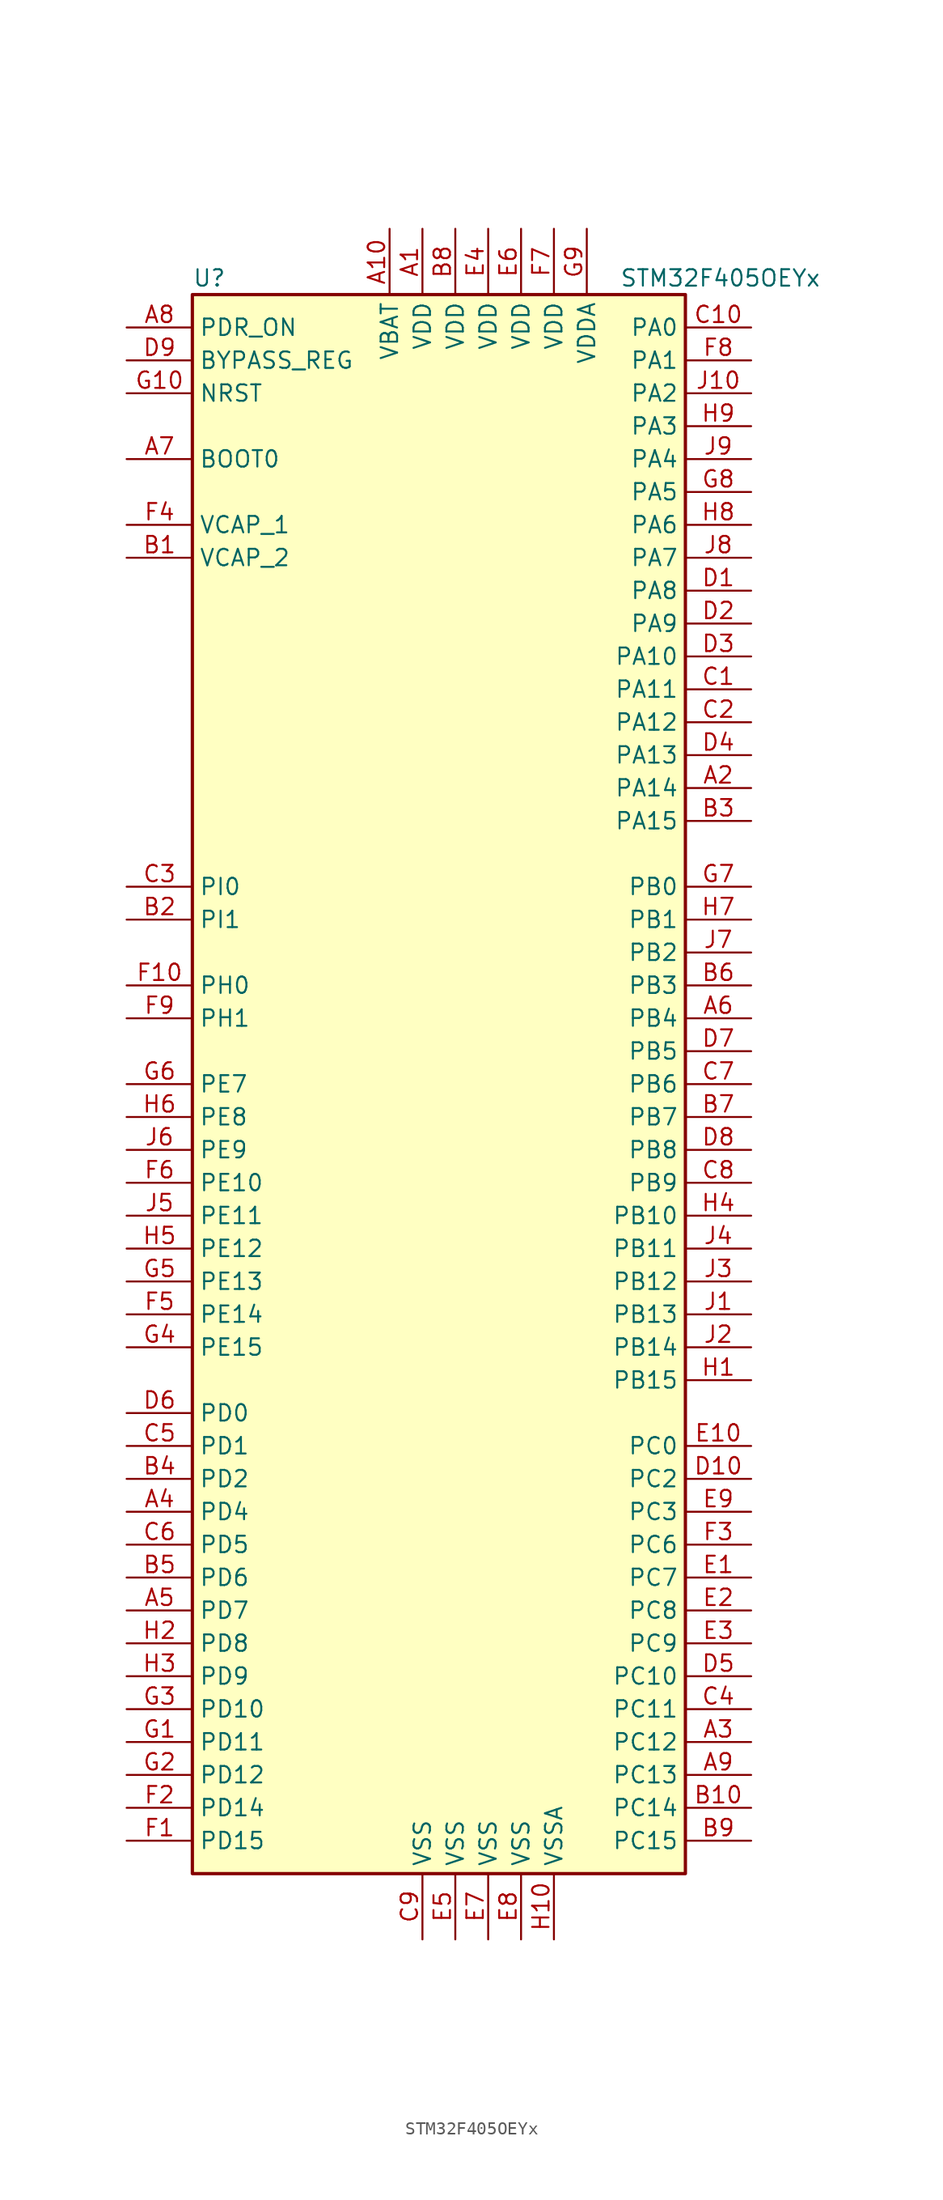
<source format=kicad_sym>
(kicad_symbol_lib
  (version 20201005)
  (generator kicad_symbol_editor)
  (symbol "MCU_ST_STM32F4:STM32F405OEYx"
    (property "Reference" "U"
      (at -20.32 62.23 0)
      (effects (font (size 1.27 1.27)) (justify left)))
    (property "Value" "STM32F405OEYx"
      (at 12.7 62.23 0)
      (effects (font (size 1.27 1.27)) (justify left)))
    (symbol "STM32F405OEYx_0_1"
      (rectangle (start -20.32 -60.96) (end 17.78 60.96) (stroke (width 0.254)) (fill (type background))))
    (symbol "STM32F405OEYx_1_1"
      (pin input line (at -25.4 48.26 0) (length 5.08) (name "BOOT0" (effects (font (size 1.27 1.27)))) (number "A7" (effects (font (size 1.27 1.27)))))
      (pin input line (at -25.4 55.88 0) (length 5.08) (name "BYPASS_REG" (effects (font (size 1.27 1.27)))) (number "D9" (effects (font (size 1.27 1.27)))))
      (pin input line (at -25.4 53.34 0) (length 5.08) (name "NRST" (effects (font (size 1.27 1.27)))) (number "G10" (effects (font (size 1.27 1.27)))))
      (pin bidirectional line (at 22.86 58.42 180) (length 5.08) (name "PA0" (effects (font (size 1.27 1.27)))) (number "C10" (effects (font (size 1.27 1.27)))))
      (pin bidirectional line (at 22.86 55.88 180) (length 5.08) (name "PA1" (effects (font (size 1.27 1.27)))) (number "F8" (effects (font (size 1.27 1.27)))))
      (pin bidirectional line (at 22.86 33.02 180) (length 5.08) (name "PA10" (effects (font (size 1.27 1.27)))) (number "D3" (effects (font (size 1.27 1.27)))))
      (pin bidirectional line (at 22.86 30.48 180) (length 5.08) (name "PA11" (effects (font (size 1.27 1.27)))) (number "C1" (effects (font (size 1.27 1.27)))))
      (pin bidirectional line (at 22.86 27.94 180) (length 5.08) (name "PA12" (effects (font (size 1.27 1.27)))) (number "C2" (effects (font (size 1.27 1.27)))))
      (pin bidirectional line (at 22.86 25.4 180) (length 5.08) (name "PA13" (effects (font (size 1.27 1.27)))) (number "D4" (effects (font (size 1.27 1.27)))))
      (pin bidirectional line (at 22.86 22.86 180) (length 5.08) (name "PA14" (effects (font (size 1.27 1.27)))) (number "A2" (effects (font (size 1.27 1.27)))))
      (pin bidirectional line (at 22.86 20.32 180) (length 5.08) (name "PA15" (effects (font (size 1.27 1.27)))) (number "B3" (effects (font (size 1.27 1.27)))))
      (pin bidirectional line (at 22.86 53.34 180) (length 5.08) (name "PA2" (effects (font (size 1.27 1.27)))) (number "J10" (effects (font (size 1.27 1.27)))))
      (pin bidirectional line (at 22.86 50.8 180) (length 5.08) (name "PA3" (effects (font (size 1.27 1.27)))) (number "H9" (effects (font (size 1.27 1.27)))))
      (pin bidirectional line (at 22.86 48.26 180) (length 5.08) (name "PA4" (effects (font (size 1.27 1.27)))) (number "J9" (effects (font (size 1.27 1.27)))))
      (pin bidirectional line (at 22.86 45.72 180) (length 5.08) (name "PA5" (effects (font (size 1.27 1.27)))) (number "G8" (effects (font (size 1.27 1.27)))))
      (pin bidirectional line (at 22.86 43.18 180) (length 5.08) (name "PA6" (effects (font (size 1.27 1.27)))) (number "H8" (effects (font (size 1.27 1.27)))))
      (pin bidirectional line (at 22.86 40.64 180) (length 5.08) (name "PA7" (effects (font (size 1.27 1.27)))) (number "J8" (effects (font (size 1.27 1.27)))))
      (pin bidirectional line (at 22.86 38.1 180) (length 5.08) (name "PA8" (effects (font (size 1.27 1.27)))) (number "D1" (effects (font (size 1.27 1.27)))))
      (pin bidirectional line (at 22.86 35.56 180) (length 5.08) (name "PA9" (effects (font (size 1.27 1.27)))) (number "D2" (effects (font (size 1.27 1.27)))))
      (pin bidirectional line (at 22.86 15.24 180) (length 5.08) (name "PB0" (effects (font (size 1.27 1.27)))) (number "G7" (effects (font (size 1.27 1.27)))))
      (pin bidirectional line (at 22.86 12.7 180) (length 5.08) (name "PB1" (effects (font (size 1.27 1.27)))) (number "H7" (effects (font (size 1.27 1.27)))))
      (pin bidirectional line (at 22.86 -10.16 180) (length 5.08) (name "PB10" (effects (font (size 1.27 1.27)))) (number "H4" (effects (font (size 1.27 1.27)))))
      (pin bidirectional line (at 22.86 -12.7 180) (length 5.08) (name "PB11" (effects (font (size 1.27 1.27)))) (number "J4" (effects (font (size 1.27 1.27)))))
      (pin bidirectional line (at 22.86 -15.24 180) (length 5.08) (name "PB12" (effects (font (size 1.27 1.27)))) (number "J3" (effects (font (size 1.27 1.27)))))
      (pin bidirectional line (at 22.86 -17.78 180) (length 5.08) (name "PB13" (effects (font (size 1.27 1.27)))) (number "J1" (effects (font (size 1.27 1.27)))))
      (pin bidirectional line (at 22.86 -20.32 180) (length 5.08) (name "PB14" (effects (font (size 1.27 1.27)))) (number "J2" (effects (font (size 1.27 1.27)))))
      (pin bidirectional line (at 22.86 -22.86 180) (length 5.08) (name "PB15" (effects (font (size 1.27 1.27)))) (number "H1" (effects (font (size 1.27 1.27)))))
      (pin bidirectional line (at 22.86 10.16 180) (length 5.08) (name "PB2" (effects (font (size 1.27 1.27)))) (number "J7" (effects (font (size 1.27 1.27)))))
      (pin bidirectional line (at 22.86 7.62 180) (length 5.08) (name "PB3" (effects (font (size 1.27 1.27)))) (number "B6" (effects (font (size 1.27 1.27)))))
      (pin bidirectional line (at 22.86 5.08 180) (length 5.08) (name "PB4" (effects (font (size 1.27 1.27)))) (number "A6" (effects (font (size 1.27 1.27)))))
      (pin bidirectional line (at 22.86 2.54 180) (length 5.08) (name "PB5" (effects (font (size 1.27 1.27)))) (number "D7" (effects (font (size 1.27 1.27)))))
      (pin bidirectional line (at 22.86 0 180) (length 5.08) (name "PB6" (effects (font (size 1.27 1.27)))) (number "C7" (effects (font (size 1.27 1.27)))))
      (pin bidirectional line (at 22.86 -2.54 180) (length 5.08) (name "PB7" (effects (font (size 1.27 1.27)))) (number "B7" (effects (font (size 1.27 1.27)))))
      (pin bidirectional line (at 22.86 -5.08 180) (length 5.08) (name "PB8" (effects (font (size 1.27 1.27)))) (number "D8" (effects (font (size 1.27 1.27)))))
      (pin bidirectional line (at 22.86 -7.62 180) (length 5.08) (name "PB9" (effects (font (size 1.27 1.27)))) (number "C8" (effects (font (size 1.27 1.27)))))
      (pin bidirectional line (at 22.86 -27.94 180) (length 5.08) (name "PC0" (effects (font (size 1.27 1.27)))) (number "E10" (effects (font (size 1.27 1.27)))))
      (pin bidirectional line (at 22.86 -45.72 180) (length 5.08) (name "PC10" (effects (font (size 1.27 1.27)))) (number "D5" (effects (font (size 1.27 1.27)))))
      (pin bidirectional line (at 22.86 -48.26 180) (length 5.08) (name "PC11" (effects (font (size 1.27 1.27)))) (number "C4" (effects (font (size 1.27 1.27)))))
      (pin bidirectional line (at 22.86 -50.8 180) (length 5.08) (name "PC12" (effects (font (size 1.27 1.27)))) (number "A3" (effects (font (size 1.27 1.27)))))
      (pin bidirectional line (at 22.86 -53.34 180) (length 5.08) (name "PC13" (effects (font (size 1.27 1.27)))) (number "A9" (effects (font (size 1.27 1.27)))))
      (pin bidirectional line (at 22.86 -55.88 180) (length 5.08) (name "PC14" (effects (font (size 1.27 1.27)))) (number "B10" (effects (font (size 1.27 1.27)))))
      (pin bidirectional line (at 22.86 -58.42 180) (length 5.08) (name "PC15" (effects (font (size 1.27 1.27)))) (number "B9" (effects (font (size 1.27 1.27)))))
      (pin bidirectional line (at 22.86 -30.48 180) (length 5.08) (name "PC2" (effects (font (size 1.27 1.27)))) (number "D10" (effects (font (size 1.27 1.27)))))
      (pin bidirectional line (at 22.86 -33.02 180) (length 5.08) (name "PC3" (effects (font (size 1.27 1.27)))) (number "E9" (effects (font (size 1.27 1.27)))))
      (pin bidirectional line (at 22.86 -35.56 180) (length 5.08) (name "PC6" (effects (font (size 1.27 1.27)))) (number "F3" (effects (font (size 1.27 1.27)))))
      (pin bidirectional line (at 22.86 -38.1 180) (length 5.08) (name "PC7" (effects (font (size 1.27 1.27)))) (number "E1" (effects (font (size 1.27 1.27)))))
      (pin bidirectional line (at 22.86 -40.64 180) (length 5.08) (name "PC8" (effects (font (size 1.27 1.27)))) (number "E2" (effects (font (size 1.27 1.27)))))
      (pin bidirectional line (at 22.86 -43.18 180) (length 5.08) (name "PC9" (effects (font (size 1.27 1.27)))) (number "E3" (effects (font (size 1.27 1.27)))))
      (pin bidirectional line (at -25.4 -25.4 0) (length 5.08) (name "PD0" (effects (font (size 1.27 1.27)))) (number "D6" (effects (font (size 1.27 1.27)))))
      (pin bidirectional line (at -25.4 -27.94 0) (length 5.08) (name "PD1" (effects (font (size 1.27 1.27)))) (number "C5" (effects (font (size 1.27 1.27)))))
      (pin bidirectional line (at -25.4 -48.26 0) (length 5.08) (name "PD10" (effects (font (size 1.27 1.27)))) (number "G3" (effects (font (size 1.27 1.27)))))
      (pin bidirectional line (at -25.4 -50.8 0) (length 5.08) (name "PD11" (effects (font (size 1.27 1.27)))) (number "G1" (effects (font (size 1.27 1.27)))))
      (pin bidirectional line (at -25.4 -53.34 0) (length 5.08) (name "PD12" (effects (font (size 1.27 1.27)))) (number "G2" (effects (font (size 1.27 1.27)))))
      (pin bidirectional line (at -25.4 -55.88 0) (length 5.08) (name "PD14" (effects (font (size 1.27 1.27)))) (number "F2" (effects (font (size 1.27 1.27)))))
      (pin bidirectional line (at -25.4 -58.42 0) (length 5.08) (name "PD15" (effects (font (size 1.27 1.27)))) (number "F1" (effects (font (size 1.27 1.27)))))
      (pin bidirectional line (at -25.4 -30.48 0) (length 5.08) (name "PD2" (effects (font (size 1.27 1.27)))) (number "B4" (effects (font (size 1.27 1.27)))))
      (pin bidirectional line (at -25.4 -33.02 0) (length 5.08) (name "PD4" (effects (font (size 1.27 1.27)))) (number "A4" (effects (font (size 1.27 1.27)))))
      (pin bidirectional line (at -25.4 -35.56 0) (length 5.08) (name "PD5" (effects (font (size 1.27 1.27)))) (number "C6" (effects (font (size 1.27 1.27)))))
      (pin bidirectional line (at -25.4 -38.1 0) (length 5.08) (name "PD6" (effects (font (size 1.27 1.27)))) (number "B5" (effects (font (size 1.27 1.27)))))
      (pin bidirectional line (at -25.4 -40.64 0) (length 5.08) (name "PD7" (effects (font (size 1.27 1.27)))) (number "A5" (effects (font (size 1.27 1.27)))))
      (pin bidirectional line (at -25.4 -43.18 0) (length 5.08) (name "PD8" (effects (font (size 1.27 1.27)))) (number "H2" (effects (font (size 1.27 1.27)))))
      (pin bidirectional line (at -25.4 -45.72 0) (length 5.08) (name "PD9" (effects (font (size 1.27 1.27)))) (number "H3" (effects (font (size 1.27 1.27)))))
      (pin input line (at -25.4 58.42 0) (length 5.08) (name "PDR_ON" (effects (font (size 1.27 1.27)))) (number "A8" (effects (font (size 1.27 1.27)))))
      (pin bidirectional line (at -25.4 -7.62 0) (length 5.08) (name "PE10" (effects (font (size 1.27 1.27)))) (number "F6" (effects (font (size 1.27 1.27)))))
      (pin bidirectional line (at -25.4 -10.16 0) (length 5.08) (name "PE11" (effects (font (size 1.27 1.27)))) (number "J5" (effects (font (size 1.27 1.27)))))
      (pin bidirectional line (at -25.4 -12.7 0) (length 5.08) (name "PE12" (effects (font (size 1.27 1.27)))) (number "H5" (effects (font (size 1.27 1.27)))))
      (pin bidirectional line (at -25.4 -15.24 0) (length 5.08) (name "PE13" (effects (font (size 1.27 1.27)))) (number "G5" (effects (font (size 1.27 1.27)))))
      (pin bidirectional line (at -25.4 -17.78 0) (length 5.08) (name "PE14" (effects (font (size 1.27 1.27)))) (number "F5" (effects (font (size 1.27 1.27)))))
      (pin bidirectional line (at -25.4 -20.32 0) (length 5.08) (name "PE15" (effects (font (size 1.27 1.27)))) (number "G4" (effects (font (size 1.27 1.27)))))
      (pin bidirectional line (at -25.4 0 0) (length 5.08) (name "PE7" (effects (font (size 1.27 1.27)))) (number "G6" (effects (font (size 1.27 1.27)))))
      (pin bidirectional line (at -25.4 -2.54 0) (length 5.08) (name "PE8" (effects (font (size 1.27 1.27)))) (number "H6" (effects (font (size 1.27 1.27)))))
      (pin bidirectional line (at -25.4 -5.08 0) (length 5.08) (name "PE9" (effects (font (size 1.27 1.27)))) (number "J6" (effects (font (size 1.27 1.27)))))
      (pin input line (at -25.4 7.62 0) (length 5.08) (name "PH0" (effects (font (size 1.27 1.27)))) (number "F10" (effects (font (size 1.27 1.27)))))
      (pin input line (at -25.4 5.08 0) (length 5.08) (name "PH1" (effects (font (size 1.27 1.27)))) (number "F9" (effects (font (size 1.27 1.27)))))
      (pin bidirectional line (at -25.4 15.24 0) (length 5.08) (name "PI0" (effects (font (size 1.27 1.27)))) (number "C3" (effects (font (size 1.27 1.27)))))
      (pin bidirectional line (at -25.4 12.7 0) (length 5.08) (name "PI1" (effects (font (size 1.27 1.27)))) (number "B2" (effects (font (size 1.27 1.27)))))
      (pin power_in line (at -5.08 66.04 270) (length 5.08) (name "VBAT" (effects (font (size 1.27 1.27)))) (number "A10" (effects (font (size 1.27 1.27)))))
      (pin power_in line (at -25.4 43.18 0) (length 5.08) (name "VCAP_1" (effects (font (size 1.27 1.27)))) (number "F4" (effects (font (size 1.27 1.27)))))
      (pin power_in line (at -25.4 40.64 0) (length 5.08) (name "VCAP_2" (effects (font (size 1.27 1.27)))) (number "B1" (effects (font (size 1.27 1.27)))))
      (pin power_in line (at -2.54 66.04 270) (length 5.08) (name "VDD" (effects (font (size 1.27 1.27)))) (number "A1" (effects (font (size 1.27 1.27)))))
      (pin power_in line (at 0 66.04 270) (length 5.08) (name "VDD" (effects (font (size 1.27 1.27)))) (number "B8" (effects (font (size 1.27 1.27)))))
      (pin power_in line (at 2.54 66.04 270) (length 5.08) (name "VDD" (effects (font (size 1.27 1.27)))) (number "E4" (effects (font (size 1.27 1.27)))))
      (pin power_in line (at 5.08 66.04 270) (length 5.08) (name "VDD" (effects (font (size 1.27 1.27)))) (number "E6" (effects (font (size 1.27 1.27)))))
      (pin power_in line (at 7.62 66.04 270) (length 5.08) (name "VDD" (effects (font (size 1.27 1.27)))) (number "F7" (effects (font (size 1.27 1.27)))))
      (pin power_in line (at 10.16 66.04 270) (length 5.08) (name "VDDA" (effects (font (size 1.27 1.27)))) (number "G9" (effects (font (size 1.27 1.27)))))
      (pin power_in line (at -2.54 -66.04 90) (length 5.08) (name "VSS" (effects (font (size 1.27 1.27)))) (number "C9" (effects (font (size 1.27 1.27)))))
      (pin power_in line (at 0 -66.04 90) (length 5.08) (name "VSS" (effects (font (size 1.27 1.27)))) (number "E5" (effects (font (size 1.27 1.27)))))
      (pin power_in line (at 2.54 -66.04 90) (length 5.08) (name "VSS" (effects (font (size 1.27 1.27)))) (number "E7" (effects (font (size 1.27 1.27)))))
      (pin power_in line (at 5.08 -66.04 90) (length 5.08) (name "VSS" (effects (font (size 1.27 1.27)))) (number "E8" (effects (font (size 1.27 1.27)))))
      (pin power_in line (at 7.62 -66.04 90) (length 5.08) (name "VSSA" (effects (font (size 1.27 1.27)))) (number "H10" (effects (font (size 1.27 1.27))))))))
</source>
